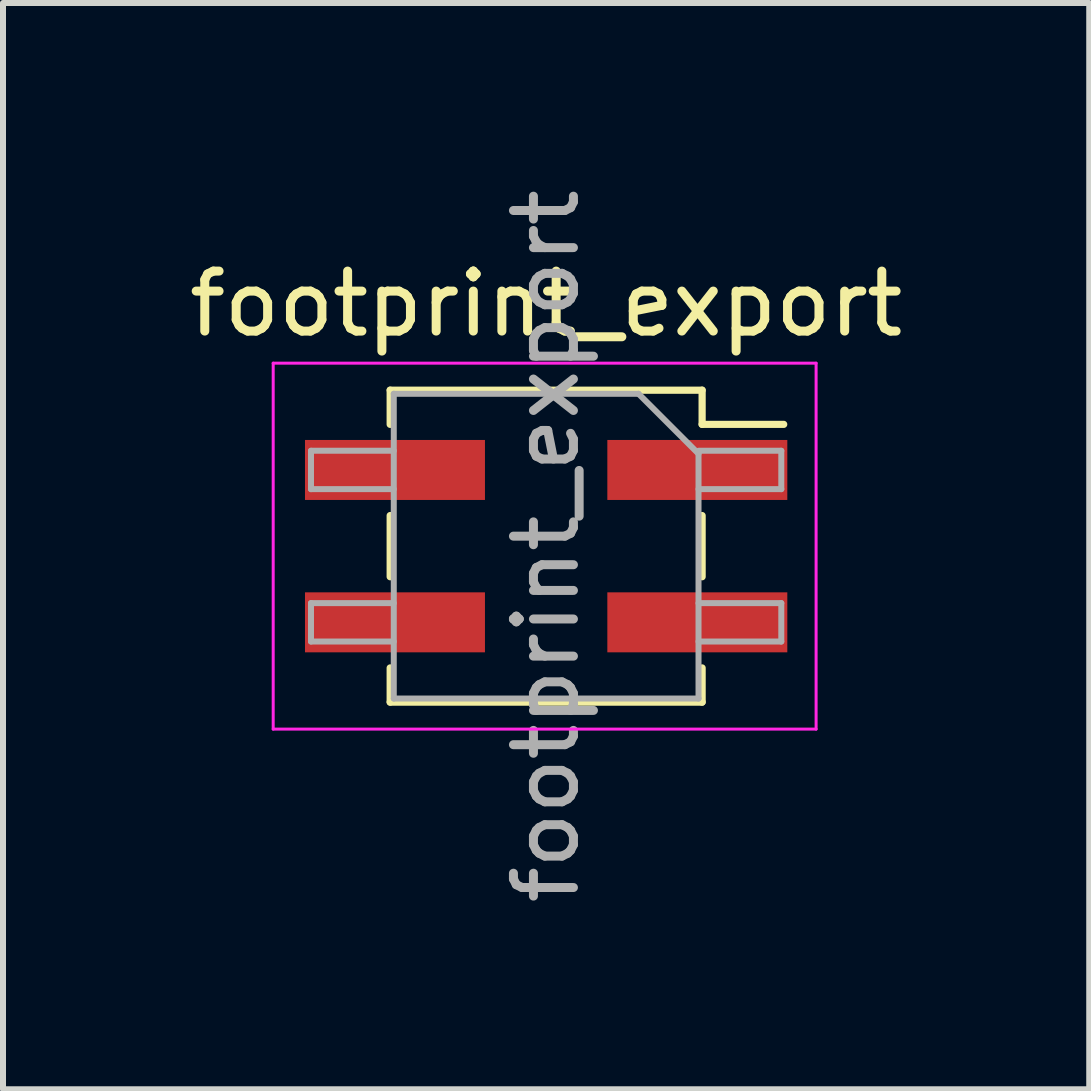
<source format=kicad_pcb>
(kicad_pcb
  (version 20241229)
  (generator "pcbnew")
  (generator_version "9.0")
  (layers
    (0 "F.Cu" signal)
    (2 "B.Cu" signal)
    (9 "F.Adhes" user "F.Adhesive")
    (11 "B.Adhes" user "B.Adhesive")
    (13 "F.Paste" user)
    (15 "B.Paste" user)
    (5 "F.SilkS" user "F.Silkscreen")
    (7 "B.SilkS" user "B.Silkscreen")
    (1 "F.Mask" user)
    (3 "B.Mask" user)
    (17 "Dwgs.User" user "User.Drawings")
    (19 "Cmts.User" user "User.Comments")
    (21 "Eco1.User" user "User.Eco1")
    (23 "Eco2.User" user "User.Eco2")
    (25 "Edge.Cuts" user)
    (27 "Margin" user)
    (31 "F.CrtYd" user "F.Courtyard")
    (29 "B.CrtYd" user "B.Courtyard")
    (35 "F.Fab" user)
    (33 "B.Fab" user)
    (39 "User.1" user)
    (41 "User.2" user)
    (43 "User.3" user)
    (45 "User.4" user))
  (footprint "footprint_export"
    (layer "F.Cu")
    (at 6.054 6.054)
    (property "Reference" "footprint_export" (at 0 -4.04 0) (layer "F.SilkS") (effects (font (size 1 1) (thickness 0.15))))
    (attr smd)
    (fp_line (start -2.6 -2.6) (end -2.6 -2.03) (stroke (width 0.12) (type solid)) (layer "F.SilkS"))
    (fp_line (start -2.6 -2.6) (end 2.6 -2.6) (stroke (width 0.12) (type solid)) (layer "F.SilkS"))
    (fp_line (start -2.6 -0.51) (end -2.6 0.51) (stroke (width 0.12) (type solid)) (layer "F.SilkS"))
    (fp_line (start -2.6 2.03) (end -2.6 2.6) (stroke (width 0.12) (type solid)) (layer "F.SilkS"))
    (fp_line (start -2.6 2.6) (end 2.6 2.6) (stroke (width 0.12) (type solid)) (layer "F.SilkS"))
    (fp_line (start 2.6 -2.6) (end 2.6 -2.03) (stroke (width 0.12) (type solid)) (layer "F.SilkS"))
    (fp_line (start 2.6 -2.03) (end 3.96 -2.03) (stroke (width 0.12) (type solid)) (layer "F.SilkS"))
    (fp_line (start 2.6 -0.51) (end 2.6 0.51) (stroke (width 0.12) (type solid)) (layer "F.SilkS"))
    (fp_line (start 2.6 2.03) (end 2.6 2.6) (stroke (width 0.12) (type solid)) (layer "F.SilkS"))
    (fp_line (start -4.55 -3.05) (end 4.5 -3.05) (stroke (width 0.05) (type solid)) (layer "F.CrtYd"))
    (fp_line (start -4.55 3.05) (end -4.55 -3.05) (stroke (width 0.05) (type solid)) (layer "F.CrtYd"))
    (fp_line (start 4.5 -3.05) (end 4.5 3.05) (stroke (width 0.05) (type solid)) (layer "F.CrtYd"))
    (fp_line (start 4.5 3.05) (end -4.55 3.05) (stroke (width 0.05) (type solid)) (layer "F.CrtYd"))
    (fp_line (start -3.92 -1.59) (end -2.54 -1.59) (stroke (width 0.1) (type solid)) (layer "F.Fab"))
    (fp_line (start -3.92 -0.95) (end -3.92 -1.59) (stroke (width 0.1) (type solid)) (layer "F.Fab"))
    (fp_line (start -3.92 0.95) (end -2.54 0.95) (stroke (width 0.1) (type solid)) (layer "F.Fab"))
    (fp_line (start -3.92 1.59) (end -3.92 0.95) (stroke (width 0.1) (type solid)) (layer "F.Fab"))
    (fp_line (start -2.54 -2.54) (end 1.54 -2.54) (stroke (width 0.1) (type solid)) (layer "F.Fab"))
    (fp_line (start -2.54 -0.95) (end -3.92 -0.95) (stroke (width 0.1) (type solid)) (layer "F.Fab"))
    (fp_line (start -2.54 1.59) (end -3.92 1.59) (stroke (width 0.1) (type solid)) (layer "F.Fab"))
    (fp_line (start -2.54 2.54) (end -2.54 -2.54) (stroke (width 0.1) (type solid)) (layer "F.Fab"))
    (fp_line (start 1.54 -2.54) (end 2.54 -1.54) (stroke (width 0.1) (type solid)) (layer "F.Fab"))
    (fp_line (start 2.54 -1.59) (end 3.92 -1.59) (stroke (width 0.1) (type solid)) (layer "F.Fab"))
    (fp_line (start 2.54 -1.54) (end 2.54 2.54) (stroke (width 0.1) (type solid)) (layer "F.Fab"))
    (fp_line (start 2.54 0.95) (end 3.92 0.95) (stroke (width 0.1) (type solid)) (layer "F.Fab"))
    (fp_line (start 2.54 2.54) (end -2.54 2.54) (stroke (width 0.1) (type solid)) (layer "F.Fab"))
    (fp_line (start 3.92 -1.59) (end 3.92 -0.95) (stroke (width 0.1) (type solid)) (layer "F.Fab"))
    (fp_line (start 3.92 -0.95) (end 2.54 -0.95) (stroke (width 0.1) (type solid)) (layer "F.Fab"))
    (fp_line (start 3.92 0.95) (end 3.92 1.59) (stroke (width 0.1) (type solid)) (layer "F.Fab"))
    (fp_line (start 3.92 1.59) (end 2.54 1.59) (stroke (width 0.1) (type solid)) (layer "F.Fab"))
    (fp_text user "${REFERENCE}" (at 0 0 90) (layer "F.Fab") (effects (font (size 1 1) (thickness 0.15))))
    (pad "1" smd rect (at 2.52 -1.27) (size 3 1) (layers "F.Cu" "F.Mask" "F.Paste"))
    (pad "2" smd rect (at -2.52 -1.27) (size 3 1) (layers "F.Cu" "F.Mask" "F.Paste"))
    (pad "3" smd rect (at 2.52 1.27) (size 3 1) (layers "F.Cu" "F.Mask" "F.Paste"))
    (pad "4" smd rect (at -2.52 1.27) (size 3 1) (layers "F.Cu" "F.Mask" "F.Paste")))
  (gr_rect
    (start -3 -3)
    (end 15.107 15.107)
    (stroke (width 0.1) (type default))
    (fill no)
    (layer "Edge.Cuts")))
</source>
